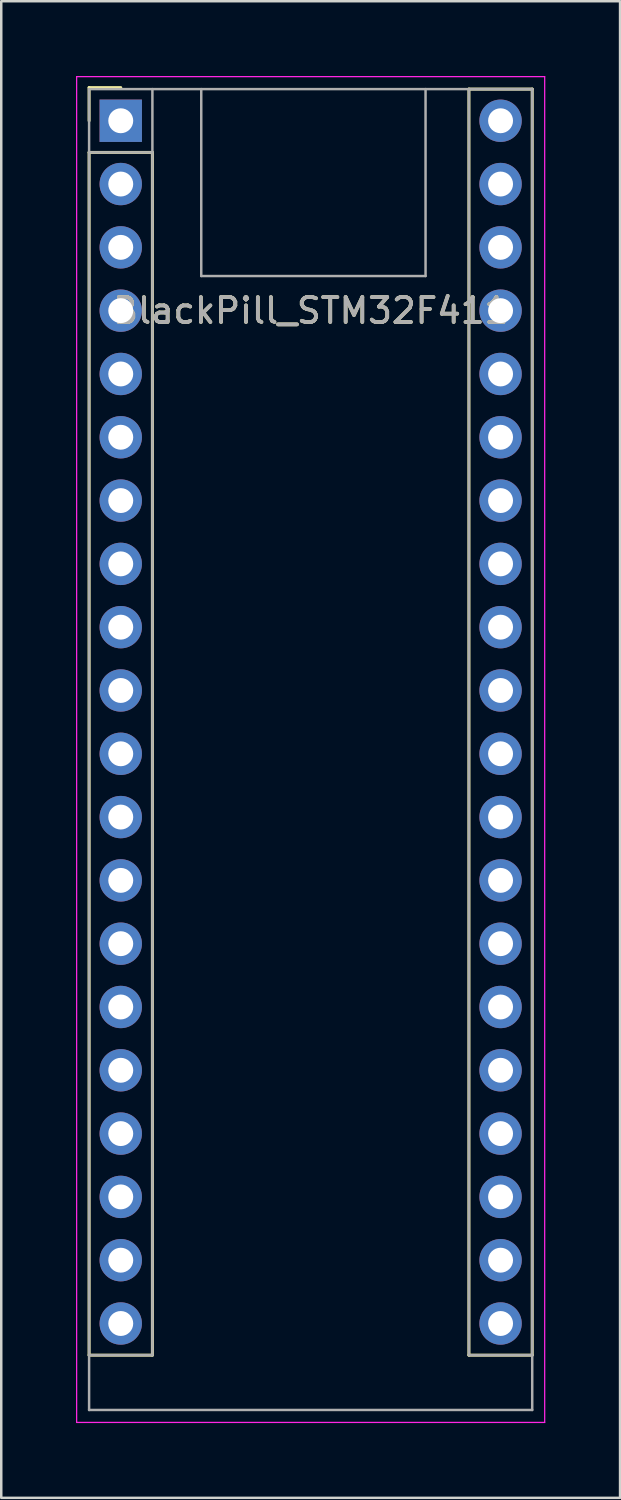
<source format=kicad_pcb>
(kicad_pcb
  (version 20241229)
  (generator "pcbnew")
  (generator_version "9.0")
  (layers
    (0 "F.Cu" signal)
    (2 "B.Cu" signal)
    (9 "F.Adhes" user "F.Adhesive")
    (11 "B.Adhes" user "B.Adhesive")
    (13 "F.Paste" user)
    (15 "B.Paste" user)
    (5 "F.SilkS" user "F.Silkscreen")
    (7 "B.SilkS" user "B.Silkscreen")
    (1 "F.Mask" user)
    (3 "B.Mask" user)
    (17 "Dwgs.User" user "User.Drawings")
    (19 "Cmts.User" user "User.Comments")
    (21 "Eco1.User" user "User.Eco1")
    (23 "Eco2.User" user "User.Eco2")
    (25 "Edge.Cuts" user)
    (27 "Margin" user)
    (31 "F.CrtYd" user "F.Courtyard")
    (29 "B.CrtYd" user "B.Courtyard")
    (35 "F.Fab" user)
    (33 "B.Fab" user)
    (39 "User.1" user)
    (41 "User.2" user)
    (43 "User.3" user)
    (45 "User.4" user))
  (footprint "BlackPill_STM32F411"
    (layer "F.Cu")
    (at 1.795 1.795)
    (property "Reference" "BlackPill_STM32F411" (at 7.62 7.62 0) (layer "F.SilkS") (effects (font (size 1 1) (thickness 0.15))))
    (attr through_hole)
    (fp_line (start -1.27 -1.33) (end 0 -1.33) (stroke (width 0.12) (type solid)) (layer "F.SilkS"))
    (fp_line (start -1.27 0) (end -1.27 -1.33) (stroke (width 0.12) (type solid)) (layer "F.SilkS"))
    (fp_line (start -1.27 1.27) (end -1.27 49.53) (stroke (width 0.12) (type solid)) (layer "F.SilkS"))
    (fp_line (start -1.27 1.27) (end 1.27 1.27) (stroke (width 0.12) (type solid)) (layer "F.SilkS"))
    (fp_line (start -1.27 49.53) (end 1.27 49.53) (stroke (width 0.12) (type solid)) (layer "F.SilkS"))
    (fp_line (start 1.27 1.27) (end 1.27 49.53) (stroke (width 0.12) (type solid)) (layer "F.SilkS"))
    (fp_line (start 13.97 -1.27) (end 13.97 49.53) (stroke (width 0.12) (type solid)) (layer "F.SilkS"))
    (fp_line (start 13.97 -1.27) (end 16.51 -1.27) (stroke (width 0.12) (type solid)) (layer "F.SilkS"))
    (fp_line (start 13.97 49.53) (end 16.51 49.53) (stroke (width 0.12) (type solid)) (layer "F.SilkS"))
    (fp_line (start 16.51 -1.27) (end 16.51 49.53) (stroke (width 0.12) (type solid)) (layer "F.SilkS"))
    (fp_line (start -1.77 -1.77) (end -1.77 52.23) (stroke (width 0.05) (type solid)) (layer "F.CrtYd"))
    (fp_line (start -1.77 52.23) (end 17.01 52.23) (stroke (width 0.05) (type solid)) (layer "F.CrtYd"))
    (fp_line (start 17.01 -1.77) (end -1.77 -1.77) (stroke (width 0.05) (type solid)) (layer "F.CrtYd"))
    (fp_line (start 17.01 52.23) (end 17.01 -1.77) (stroke (width 0.05) (type solid)) (layer "F.CrtYd"))
    (fp_line (start -1.27 -1.27) (end 16.51 -1.27) (stroke (width 0.1) (type solid)) (layer "F.Fab"))
    (fp_line (start -1.27 1.27) (end 1.27 1.27) (stroke (width 0.1) (type solid)) (layer "F.Fab"))
    (fp_line (start -1.27 51.73) (end -1.27 -1.27) (stroke (width 0.1) (type solid)) (layer "F.Fab"))
    (fp_line (start 1.27 -1.27) (end 1.27 49.53) (stroke (width 0.1) (type solid)) (layer "F.Fab"))
    (fp_line (start 1.27 49.53) (end -1.27 49.53) (stroke (width 0.1) (type solid)) (layer "F.Fab"))
    (fp_line (start 3.23 -1.27) (end 3.23 6.23) (stroke (width 0.1) (type solid)) (layer "F.Fab"))
    (fp_line (start 3.23 6.23) (end 12.23 6.23) (stroke (width 0.1) (type solid)) (layer "F.Fab"))
    (fp_line (start 12.23 -1.27) (end 12.23 6.23) (stroke (width 0.1) (type solid)) (layer "F.Fab"))
    (fp_line (start 13.97 49.53) (end 13.97 -1.27) (stroke (width 0.1) (type solid)) (layer "F.Fab"))
    (fp_line (start 16.51 -1.27) (end 13.97 -1.27) (stroke (width 0.1) (type solid)) (layer "F.Fab"))
    (fp_line (start 16.51 -1.27) (end 16.51 51.73) (stroke (width 0.1) (type solid)) (layer "F.Fab"))
    (fp_line (start 16.51 49.53) (end 13.97 49.53) (stroke (width 0.1) (type solid)) (layer "F.Fab"))
    (fp_line (start 16.51 51.73) (end -1.27 51.73) (stroke (width 0.1) (type solid)) (layer "F.Fab"))
    (fp_text user "${REFERENCE}" (at 7.62 7.62 180) (layer "F.Fab") (effects (font (size 1 1) (thickness 0.15))))
    (pad "1" thru_hole rect (at 0 0) (size 1.7 1.7) (drill 1) (layers "*.Cu" "*.Mask"))
    (pad "2" thru_hole oval (at 0 2.54) (size 1.7 1.7) (drill 1) (layers "*.Cu" "*.Mask"))
    (pad "3" thru_hole oval (at 0 5.08) (size 1.7 1.7) (drill 1) (layers "*.Cu" "*.Mask"))
    (pad "4" thru_hole oval (at 0 7.62) (size 1.7 1.7) (drill 1) (layers "*.Cu" "*.Mask"))
    (pad "5" thru_hole oval (at 0 10.16) (size 1.7 1.7) (drill 1) (layers "*.Cu" "*.Mask"))
    (pad "6" thru_hole oval (at 0 12.7) (size 1.7 1.7) (drill 1) (layers "*.Cu" "*.Mask"))
    (pad "7" thru_hole oval (at 0 15.24) (size 1.7 1.7) (drill 1) (layers "*.Cu" "*.Mask"))
    (pad "8" thru_hole oval (at 0 17.78) (size 1.7 1.7) (drill 1) (layers "*.Cu" "*.Mask"))
    (pad "9" thru_hole oval (at 0 20.32) (size 1.7 1.7) (drill 1) (layers "*.Cu" "*.Mask"))
    (pad "10" thru_hole oval (at 0 22.86) (size 1.7 1.7) (drill 1) (layers "*.Cu" "*.Mask"))
    (pad "11" thru_hole oval (at 0 25.4) (size 1.7 1.7) (drill 1) (layers "*.Cu" "*.Mask"))
    (pad "12" thru_hole oval (at 0 27.94) (size 1.7 1.7) (drill 1) (layers "*.Cu" "*.Mask"))
    (pad "13" thru_hole oval (at 0 30.48) (size 1.7 1.7) (drill 1) (layers "*.Cu" "*.Mask"))
    (pad "14" thru_hole oval (at 0 33.02) (size 1.7 1.7) (drill 1) (layers "*.Cu" "*.Mask"))
    (pad "15" thru_hole oval (at 0 35.56) (size 1.7 1.7) (drill 1) (layers "*.Cu" "*.Mask"))
    (pad "16" thru_hole oval (at 0 38.1) (size 1.7 1.7) (drill 1) (layers "*.Cu" "*.Mask"))
    (pad "17" thru_hole oval (at 0 40.64) (size 1.7 1.7) (drill 1) (layers "*.Cu" "*.Mask"))
    (pad "18" thru_hole oval (at 0 43.18) (size 1.7 1.7) (drill 1) (layers "*.Cu" "*.Mask"))
    (pad "19" thru_hole oval (at 0 45.72) (size 1.7 1.7) (drill 1) (layers "*.Cu" "*.Mask"))
    (pad "20" thru_hole oval (at 0 48.26) (size 1.7 1.7) (drill 1) (layers "*.Cu" "*.Mask"))
    (pad "21" thru_hole oval (at 15.24 48.26) (size 1.7 1.7) (drill 1) (layers "*.Cu" "*.Mask"))
    (pad "22" thru_hole oval (at 15.24 45.72) (size 1.7 1.7) (drill 1) (layers "*.Cu" "*.Mask"))
    (pad "23" thru_hole oval (at 15.24 43.18) (size 1.7 1.7) (drill 1) (layers "*.Cu" "*.Mask"))
    (pad "24" thru_hole oval (at 15.24 40.64) (size 1.7 1.7) (drill 1) (layers "*.Cu" "*.Mask"))
    (pad "25" thru_hole oval (at 15.24 38.1) (size 1.7 1.7) (drill 1) (layers "*.Cu" "*.Mask"))
    (pad "26" thru_hole oval (at 15.24 35.56) (size 1.7 1.7) (drill 1) (layers "*.Cu" "*.Mask"))
    (pad "27" thru_hole oval (at 15.24 33.02) (size 1.7 1.7) (drill 1) (layers "*.Cu" "*.Mask"))
    (pad "28" thru_hole oval (at 15.24 30.48) (size 1.7 1.7) (drill 1) (layers "*.Cu" "*.Mask"))
    (pad "29" thru_hole oval (at 15.24 27.94) (size 1.7 1.7) (drill 1) (layers "*.Cu" "*.Mask"))
    (pad "30" thru_hole oval (at 15.24 25.4) (size 1.7 1.7) (drill 1) (layers "*.Cu" "*.Mask"))
    (pad "31" thru_hole oval (at 15.24 22.86) (size 1.7 1.7) (drill 1) (layers "*.Cu" "*.Mask"))
    (pad "32" thru_hole oval (at 15.24 20.32) (size 1.7 1.7) (drill 1) (layers "*.Cu" "*.Mask"))
    (pad "33" thru_hole oval (at 15.24 17.78) (size 1.7 1.7) (drill 1) (layers "*.Cu" "*.Mask"))
    (pad "34" thru_hole oval (at 15.24 15.24) (size 1.7 1.7) (drill 1) (layers "*.Cu" "*.Mask"))
    (pad "35" thru_hole oval (at 15.24 12.7) (size 1.7 1.7) (drill 1) (layers "*.Cu" "*.Mask"))
    (pad "36" thru_hole oval (at 15.24 10.16) (size 1.7 1.7) (drill 1) (layers "*.Cu" "*.Mask"))
    (pad "37" thru_hole oval (at 15.24 7.62) (size 1.7 1.7) (drill 1) (layers "*.Cu" "*.Mask"))
    (pad "38" thru_hole oval (at 15.24 5.08) (size 1.7 1.7) (drill 1) (layers "*.Cu" "*.Mask"))
    (pad "39" thru_hole oval (at 15.24 2.54) (size 1.7 1.7) (drill 1) (layers "*.Cu" "*.Mask"))
    (pad "40" thru_hole oval (at 15.24 0 90) (size 1.7 1.7) (drill 1) (layers "*.Cu" "*.Mask")))
  (gr_rect
    (start -3 -3)
    (end 21.83 57.05)
    (stroke (width 0.1) (type default))
    (fill no)
    (layer "Edge.Cuts")))
</source>
